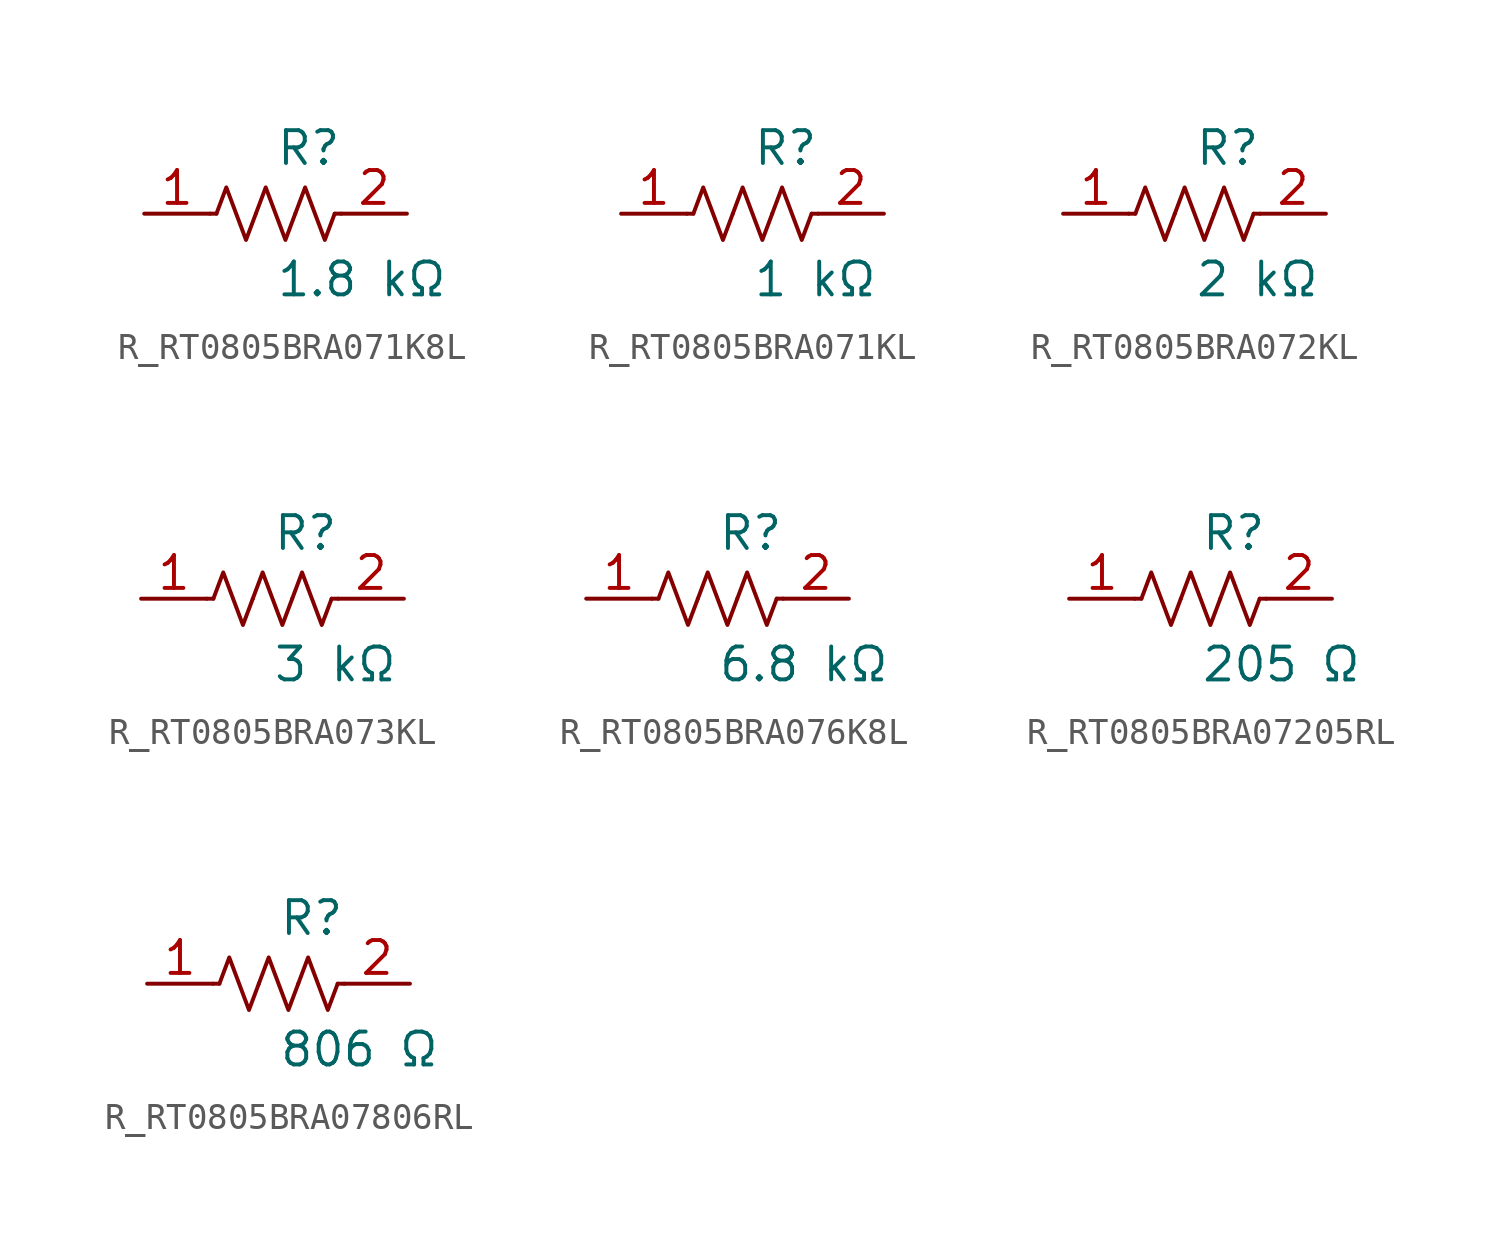
<source format=kicad_sym>
(kicad_symbol_lib
  (version 20231120)
  (generator kicad_symbol_editor)
  (generator_version 8.0)
  (symbol "R_RT0805BRA071K8L"
    (pin_names
      (offset 0.254))
    (property "Reference" "R"
      (at 0.0 2.54 0)
      (effects (font (size 1.27 1.27)) (justify left)))
    (property "Value" "1.8 kΩ"
      (at 0.0 -2.54 0)
      (effects (font (size 1.27 1.27)) (justify left)))
    (symbol "R_RT0805BRA071K8L_0_1"
      (polyline (pts (xy 2.286 0) (xy 2.54 0)) (stroke (width 0) (type default)) (fill (type none)))
      (polyline (pts (xy -2.286 0) (xy -2.54 0)) (stroke (width 0) (type default)) (fill (type none)))
      (polyline (pts (xy 0.762 0) (xy 1.143 1.016) (xy 1.524 0) (xy 1.905 -1.016) (xy 2.286 0)) (stroke (width 0) (type default)) (fill (type none)))
      (polyline (pts (xy -0.762 0) (xy -0.381 1.016) (xy 0 0) (xy 0.381 -1.016) (xy 0.762 0)) (stroke (width 0) (type default)) (fill (type none)))
      (polyline (pts (xy -2.286 0) (xy -1.905 1.016) (xy -1.524 0) (xy -1.143 -1.016) (xy -0.762 0)) (stroke (width 0) (type default)) (fill (type none))))
    (pin unspecified line
      (at -5.08 0 0)
      (length 2.54)
      (name "" (effects (font (size 1.27 1.27))))
      (number "1" (effects (font (size 1.27 1.27)))))
    (pin unspecified line
      (at 5.08 0 180)
      (length 2.54)
      (name "" (effects (font (size 1.27 1.27))))
      (number "2" (effects (font (size 1.27 1.27))))))
  (symbol "R_RT0805BRA071KL"
    (pin_names
      (offset 0.254))
    (property "Reference" "R"
      (at 0.0 2.54 0)
      (effects (font (size 1.27 1.27)) (justify left)))
    (property "Value" "1 kΩ"
      (at 0.0 -2.54 0)
      (effects (font (size 1.27 1.27)) (justify left)))
    (symbol "R_RT0805BRA071KL_0_1"
      (polyline (pts (xy 2.286 0) (xy 2.54 0)) (stroke (width 0) (type default)) (fill (type none)))
      (polyline (pts (xy -2.286 0) (xy -2.54 0)) (stroke (width 0) (type default)) (fill (type none)))
      (polyline (pts (xy 0.762 0) (xy 1.143 1.016) (xy 1.524 0) (xy 1.905 -1.016) (xy 2.286 0)) (stroke (width 0) (type default)) (fill (type none)))
      (polyline (pts (xy -0.762 0) (xy -0.381 1.016) (xy 0 0) (xy 0.381 -1.016) (xy 0.762 0)) (stroke (width 0) (type default)) (fill (type none)))
      (polyline (pts (xy -2.286 0) (xy -1.905 1.016) (xy -1.524 0) (xy -1.143 -1.016) (xy -0.762 0)) (stroke (width 0) (type default)) (fill (type none))))
    (pin unspecified line
      (at -5.08 0 0)
      (length 2.54)
      (name "" (effects (font (size 1.27 1.27))))
      (number "1" (effects (font (size 1.27 1.27)))))
    (pin unspecified line
      (at 5.08 0 180)
      (length 2.54)
      (name "" (effects (font (size 1.27 1.27))))
      (number "2" (effects (font (size 1.27 1.27))))))
  (symbol "R_RT0805BRA072KL"
    (pin_names
      (offset 0.254))
    (property "Reference" "R"
      (at 0.0 2.54 0)
      (effects (font (size 1.27 1.27)) (justify left)))
    (property "Value" "2 kΩ"
      (at 0.0 -2.54 0)
      (effects (font (size 1.27 1.27)) (justify left)))
    (symbol "R_RT0805BRA072KL_0_1"
      (polyline (pts (xy 2.286 0) (xy 2.54 0)) (stroke (width 0) (type default)) (fill (type none)))
      (polyline (pts (xy -2.286 0) (xy -2.54 0)) (stroke (width 0) (type default)) (fill (type none)))
      (polyline (pts (xy 0.762 0) (xy 1.143 1.016) (xy 1.524 0) (xy 1.905 -1.016) (xy 2.286 0)) (stroke (width 0) (type default)) (fill (type none)))
      (polyline (pts (xy -0.762 0) (xy -0.381 1.016) (xy 0 0) (xy 0.381 -1.016) (xy 0.762 0)) (stroke (width 0) (type default)) (fill (type none)))
      (polyline (pts (xy -2.286 0) (xy -1.905 1.016) (xy -1.524 0) (xy -1.143 -1.016) (xy -0.762 0)) (stroke (width 0) (type default)) (fill (type none))))
    (pin unspecified line
      (at -5.08 0 0)
      (length 2.54)
      (name "" (effects (font (size 1.27 1.27))))
      (number "1" (effects (font (size 1.27 1.27)))))
    (pin unspecified line
      (at 5.08 0 180)
      (length 2.54)
      (name "" (effects (font (size 1.27 1.27))))
      (number "2" (effects (font (size 1.27 1.27))))))
  (symbol "R_RT0805BRA073KL"
    (pin_names
      (offset 0.254))
    (property "Reference" "R"
      (at 0.0 2.54 0)
      (effects (font (size 1.27 1.27)) (justify left)))
    (property "Value" "3 kΩ"
      (at 0.0 -2.54 0)
      (effects (font (size 1.27 1.27)) (justify left)))
    (symbol "R_RT0805BRA073KL_0_1"
      (polyline (pts (xy 2.286 0) (xy 2.54 0)) (stroke (width 0) (type default)) (fill (type none)))
      (polyline (pts (xy -2.286 0) (xy -2.54 0)) (stroke (width 0) (type default)) (fill (type none)))
      (polyline (pts (xy 0.762 0) (xy 1.143 1.016) (xy 1.524 0) (xy 1.905 -1.016) (xy 2.286 0)) (stroke (width 0) (type default)) (fill (type none)))
      (polyline (pts (xy -0.762 0) (xy -0.381 1.016) (xy 0 0) (xy 0.381 -1.016) (xy 0.762 0)) (stroke (width 0) (type default)) (fill (type none)))
      (polyline (pts (xy -2.286 0) (xy -1.905 1.016) (xy -1.524 0) (xy -1.143 -1.016) (xy -0.762 0)) (stroke (width 0) (type default)) (fill (type none))))
    (pin unspecified line
      (at -5.08 0 0)
      (length 2.54)
      (name "" (effects (font (size 1.27 1.27))))
      (number "1" (effects (font (size 1.27 1.27)))))
    (pin unspecified line
      (at 5.08 0 180)
      (length 2.54)
      (name "" (effects (font (size 1.27 1.27))))
      (number "2" (effects (font (size 1.27 1.27))))))
  (symbol "R_RT0805BRA076K8L"
    (pin_names
      (offset 0.254))
    (property "Reference" "R"
      (at 0.0 2.54 0)
      (effects (font (size 1.27 1.27)) (justify left)))
    (property "Value" "6.8 kΩ"
      (at 0.0 -2.54 0)
      (effects (font (size 1.27 1.27)) (justify left)))
    (symbol "R_RT0805BRA076K8L_0_1"
      (polyline (pts (xy 2.286 0) (xy 2.54 0)) (stroke (width 0) (type default)) (fill (type none)))
      (polyline (pts (xy -2.286 0) (xy -2.54 0)) (stroke (width 0) (type default)) (fill (type none)))
      (polyline (pts (xy 0.762 0) (xy 1.143 1.016) (xy 1.524 0) (xy 1.905 -1.016) (xy 2.286 0)) (stroke (width 0) (type default)) (fill (type none)))
      (polyline (pts (xy -0.762 0) (xy -0.381 1.016) (xy 0 0) (xy 0.381 -1.016) (xy 0.762 0)) (stroke (width 0) (type default)) (fill (type none)))
      (polyline (pts (xy -2.286 0) (xy -1.905 1.016) (xy -1.524 0) (xy -1.143 -1.016) (xy -0.762 0)) (stroke (width 0) (type default)) (fill (type none))))
    (pin unspecified line
      (at -5.08 0 0)
      (length 2.54)
      (name "" (effects (font (size 1.27 1.27))))
      (number "1" (effects (font (size 1.27 1.27)))))
    (pin unspecified line
      (at 5.08 0 180)
      (length 2.54)
      (name "" (effects (font (size 1.27 1.27))))
      (number "2" (effects (font (size 1.27 1.27))))))
  (symbol "R_RT0805BRA07205RL"
    (pin_names
      (offset 0.254))
    (property "Reference" "R"
      (at 0.0 2.54 0)
      (effects (font (size 1.27 1.27)) (justify left)))
    (property "Value" "205 Ω"
      (at 0.0 -2.54 0)
      (effects (font (size 1.27 1.27)) (justify left)))
    (symbol "R_RT0805BRA07205RL_0_1"
      (polyline (pts (xy 2.286 0) (xy 2.54 0)) (stroke (width 0) (type default)) (fill (type none)))
      (polyline (pts (xy -2.286 0) (xy -2.54 0)) (stroke (width 0) (type default)) (fill (type none)))
      (polyline (pts (xy 0.762 0) (xy 1.143 1.016) (xy 1.524 0) (xy 1.905 -1.016) (xy 2.286 0)) (stroke (width 0) (type default)) (fill (type none)))
      (polyline (pts (xy -0.762 0) (xy -0.381 1.016) (xy 0 0) (xy 0.381 -1.016) (xy 0.762 0)) (stroke (width 0) (type default)) (fill (type none)))
      (polyline (pts (xy -2.286 0) (xy -1.905 1.016) (xy -1.524 0) (xy -1.143 -1.016) (xy -0.762 0)) (stroke (width 0) (type default)) (fill (type none))))
    (pin unspecified line
      (at -5.08 0 0)
      (length 2.54)
      (name "" (effects (font (size 1.27 1.27))))
      (number "1" (effects (font (size 1.27 1.27)))))
    (pin unspecified line
      (at 5.08 0 180)
      (length 2.54)
      (name "" (effects (font (size 1.27 1.27))))
      (number "2" (effects (font (size 1.27 1.27))))))
  (symbol "R_RT0805BRA07806RL"
    (pin_names
      (offset 0.254))
    (property "Reference" "R"
      (at 0.0 2.54 0)
      (effects (font (size 1.27 1.27)) (justify left)))
    (property "Value" "806 Ω"
      (at 0.0 -2.54 0)
      (effects (font (size 1.27 1.27)) (justify left)))
    (symbol "R_RT0805BRA07806RL_0_1"
      (polyline (pts (xy 2.286 0) (xy 2.54 0)) (stroke (width 0) (type default)) (fill (type none)))
      (polyline (pts (xy -2.286 0) (xy -2.54 0)) (stroke (width 0) (type default)) (fill (type none)))
      (polyline (pts (xy 0.762 0) (xy 1.143 1.016) (xy 1.524 0) (xy 1.905 -1.016) (xy 2.286 0)) (stroke (width 0) (type default)) (fill (type none)))
      (polyline (pts (xy -0.762 0) (xy -0.381 1.016) (xy 0 0) (xy 0.381 -1.016) (xy 0.762 0)) (stroke (width 0) (type default)) (fill (type none)))
      (polyline (pts (xy -2.286 0) (xy -1.905 1.016) (xy -1.524 0) (xy -1.143 -1.016) (xy -0.762 0)) (stroke (width 0) (type default)) (fill (type none))))
    (pin unspecified line
      (at -5.08 0 0)
      (length 2.54)
      (name "" (effects (font (size 1.27 1.27))))
      (number "1" (effects (font (size 1.27 1.27)))))
    (pin unspecified line
      (at 5.08 0 180)
      (length 2.54)
      (name "" (effects (font (size 1.27 1.27))))
      (number "2" (effects (font (size 1.27 1.27)))))))
</source>
